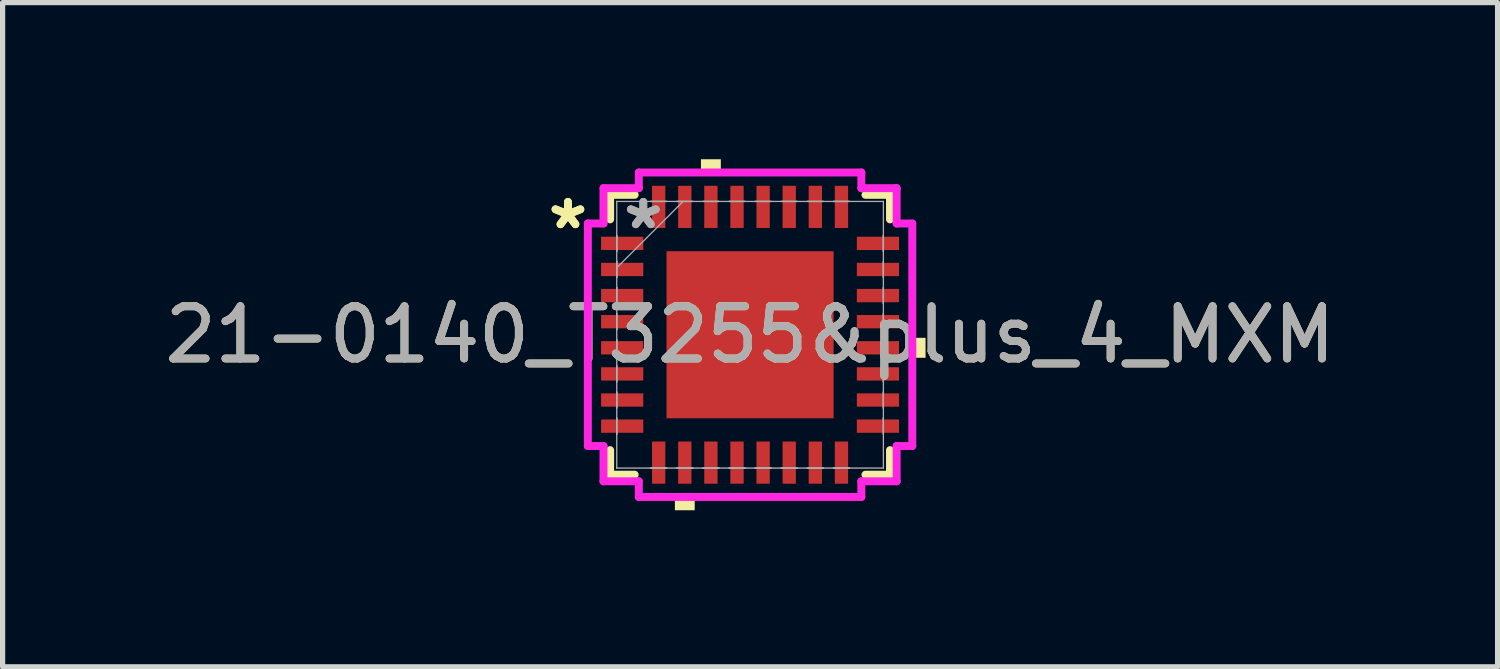
<source format=kicad_pcb>
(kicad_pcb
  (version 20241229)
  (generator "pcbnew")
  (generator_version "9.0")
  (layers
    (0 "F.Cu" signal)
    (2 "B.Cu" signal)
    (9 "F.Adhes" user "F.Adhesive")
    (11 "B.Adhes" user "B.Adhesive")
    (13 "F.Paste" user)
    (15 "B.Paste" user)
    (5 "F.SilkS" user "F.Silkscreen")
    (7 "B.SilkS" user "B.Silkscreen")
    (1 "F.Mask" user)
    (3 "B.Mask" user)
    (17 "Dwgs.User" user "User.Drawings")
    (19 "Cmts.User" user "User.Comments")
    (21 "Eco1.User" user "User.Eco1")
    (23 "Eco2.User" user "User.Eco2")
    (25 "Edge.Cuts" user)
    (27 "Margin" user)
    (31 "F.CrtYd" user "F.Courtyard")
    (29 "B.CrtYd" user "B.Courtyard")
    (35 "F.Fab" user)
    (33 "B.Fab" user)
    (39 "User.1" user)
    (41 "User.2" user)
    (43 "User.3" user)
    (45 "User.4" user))
  (footprint "21-0140_T3255&plus_4_MXM"
    (layer "F.Cu")
    (at 11.315 3.361)
    (property "Reference" "21-0140_T3255&plus_4_MXM" (at 0 0 0) (unlocked yes) (layer "F.SilkS") (effects (font (size 1 1) (thickness 0.15))))
    (attr smd)
    (fp_line (start -2.68 -2.68) (end -2.68 -2.21) (stroke (width 0.152) (type solid)) (layer "F.SilkS"))
    (fp_line (start -2.68 2.21) (end -2.68 2.68) (stroke (width 0.152) (type solid)) (layer "F.SilkS"))
    (fp_line (start -2.68 2.68) (end -2.21 2.68) (stroke (width 0.152) (type solid)) (layer "F.SilkS"))
    (fp_line (start -2.21 -2.68) (end -2.68 -2.68) (stroke (width 0.152) (type solid)) (layer "F.SilkS"))
    (fp_line (start 2.21 2.68) (end 2.68 2.68) (stroke (width 0.152) (type solid)) (layer "F.SilkS"))
    (fp_line (start 2.68 -2.68) (end 2.21 -2.68) (stroke (width 0.152) (type solid)) (layer "F.SilkS"))
    (fp_line (start 2.68 -2.21) (end 2.68 -2.68) (stroke (width 0.152) (type solid)) (layer "F.SilkS"))
    (fp_line (start 2.68 2.68) (end 2.68 2.21) (stroke (width 0.152) (type solid)) (layer "F.SilkS"))
    (fp_poly (pts (xy -1.44 3.107) (xy -1.44 3.361) (xy -1.06 3.361) (xy -1.06 3.107)) (stroke (width 0) (type solid)) (fill yes) (layer "F.SilkS"))
    (fp_poly (pts (xy -0.941 -3.107) (xy -0.941 -3.361) (xy -0.56 -3.361) (xy -0.56 -3.107)) (stroke (width 0) (type solid)) (fill yes) (layer "F.SilkS"))
    (fp_poly (pts (xy 3.361 0.059) (xy 3.361 0.441) (xy 3.107 0.441) (xy 3.107 0.059)) (stroke (width 0) (type solid)) (fill yes) (layer "F.SilkS"))
    (fp_poly (pts (xy -1.5 -1.5) (xy -1.5 -0.1) (xy -0.1 -0.1) (xy -0.1 -1.5)) (stroke (width 0) (type solid)) (fill yes) (layer "F.Paste"))
    (fp_poly (pts (xy -1.5 0.1) (xy -1.5 1.5) (xy -0.1 1.5) (xy -0.1 0.1)) (stroke (width 0) (type solid)) (fill yes) (layer "F.Paste"))
    (fp_poly (pts (xy 0.1 -1.5) (xy 0.1 -0.1) (xy 1.5 -0.1) (xy 1.5 -1.5)) (stroke (width 0) (type solid)) (fill yes) (layer "F.Paste"))
    (fp_poly (pts (xy 0.1 0.1) (xy 0.1 1.5) (xy 1.5 1.5) (xy 1.5 0.1)) (stroke (width 0) (type solid)) (fill yes) (layer "F.Paste"))
    (fp_line (start -3.107 -2.131) (end -2.807 -2.131) (stroke (width 0.152) (type solid)) (layer "F.CrtYd"))
    (fp_line (start -3.107 2.131) (end -3.107 -2.131) (stroke (width 0.152) (type solid)) (layer "F.CrtYd"))
    (fp_line (start -2.807 -2.807) (end -2.131 -2.807) (stroke (width 0.152) (type solid)) (layer "F.CrtYd"))
    (fp_line (start -2.807 -2.131) (end -2.807 -2.807) (stroke (width 0.152) (type solid)) (layer "F.CrtYd"))
    (fp_line (start -2.807 2.131) (end -3.107 2.131) (stroke (width 0.152) (type solid)) (layer "F.CrtYd"))
    (fp_line (start -2.807 2.807) (end -2.807 2.131) (stroke (width 0.152) (type solid)) (layer "F.CrtYd"))
    (fp_line (start -2.131 -3.107) (end 2.131 -3.107) (stroke (width 0.152) (type solid)) (layer "F.CrtYd"))
    (fp_line (start -2.131 -2.807) (end -2.131 -3.107) (stroke (width 0.152) (type solid)) (layer "F.CrtYd"))
    (fp_line (start -2.131 2.807) (end -2.807 2.807) (stroke (width 0.152) (type solid)) (layer "F.CrtYd"))
    (fp_line (start -2.131 3.107) (end -2.131 2.807) (stroke (width 0.152) (type solid)) (layer "F.CrtYd"))
    (fp_line (start 2.131 -3.107) (end 2.131 -2.807) (stroke (width 0.152) (type solid)) (layer "F.CrtYd"))
    (fp_line (start 2.131 -2.807) (end 2.807 -2.807) (stroke (width 0.152) (type solid)) (layer "F.CrtYd"))
    (fp_line (start 2.131 2.807) (end 2.131 3.107) (stroke (width 0.152) (type solid)) (layer "F.CrtYd"))
    (fp_line (start 2.131 3.107) (end -2.131 3.107) (stroke (width 0.152) (type solid)) (layer "F.CrtYd"))
    (fp_line (start 2.807 -2.807) (end 2.807 -2.131) (stroke (width 0.152) (type solid)) (layer "F.CrtYd"))
    (fp_line (start 2.807 -2.131) (end 3.107 -2.131) (stroke (width 0.152) (type solid)) (layer "F.CrtYd"))
    (fp_line (start 2.807 2.131) (end 2.807 2.807) (stroke (width 0.152) (type solid)) (layer "F.CrtYd"))
    (fp_line (start 2.807 2.807) (end 2.131 2.807) (stroke (width 0.152) (type solid)) (layer "F.CrtYd"))
    (fp_line (start 3.107 -2.131) (end 3.107 2.131) (stroke (width 0.152) (type solid)) (layer "F.CrtYd"))
    (fp_line (start 3.107 2.131) (end 2.807 2.131) (stroke (width 0.152) (type solid)) (layer "F.CrtYd"))
    (fp_line (start -2.553 -2.553) (end -2.553 -2.553) (stroke (width 0.025) (type solid)) (layer "F.Fab"))
    (fp_line (start -2.553 -2.553) (end -2.553 2.553) (stroke (width 0.025) (type solid)) (layer "F.Fab"))
    (fp_line (start -2.553 -1.902) (end -2.553 -1.902) (stroke (width 0.025) (type solid)) (layer "F.Fab"))
    (fp_line (start -2.553 -1.902) (end -2.553 -1.598) (stroke (width 0.025) (type solid)) (layer "F.Fab"))
    (fp_line (start -2.553 -1.598) (end -2.553 -1.902) (stroke (width 0.025) (type solid)) (layer "F.Fab"))
    (fp_line (start -2.553 -1.598) (end -2.553 -1.598) (stroke (width 0.025) (type solid)) (layer "F.Fab"))
    (fp_line (start -2.553 -1.402) (end -2.553 -1.402) (stroke (width 0.025) (type solid)) (layer "F.Fab"))
    (fp_line (start -2.553 -1.402) (end -2.553 -1.098) (stroke (width 0.025) (type solid)) (layer "F.Fab"))
    (fp_line (start -2.553 -1.283) (end -1.283 -2.553) (stroke (width 0.025) (type solid)) (layer "F.Fab"))
    (fp_line (start -2.553 -1.098) (end -2.553 -1.402) (stroke (width 0.025) (type solid)) (layer "F.Fab"))
    (fp_line (start -2.553 -1.098) (end -2.553 -1.098) (stroke (width 0.025) (type solid)) (layer "F.Fab"))
    (fp_line (start -2.553 -0.902) (end -2.553 -0.902) (stroke (width 0.025) (type solid)) (layer "F.Fab"))
    (fp_line (start -2.553 -0.902) (end -2.553 -0.598) (stroke (width 0.025) (type solid)) (layer "F.Fab"))
    (fp_line (start -2.553 -0.598) (end -2.553 -0.902) (stroke (width 0.025) (type solid)) (layer "F.Fab"))
    (fp_line (start -2.553 -0.598) (end -2.553 -0.598) (stroke (width 0.025) (type solid)) (layer "F.Fab"))
    (fp_line (start -2.553 -0.402) (end -2.553 -0.402) (stroke (width 0.025) (type solid)) (layer "F.Fab"))
    (fp_line (start -2.553 -0.402) (end -2.553 -0.098) (stroke (width 0.025) (type solid)) (layer "F.Fab"))
    (fp_line (start -2.553 -0.098) (end -2.553 -0.402) (stroke (width 0.025) (type solid)) (layer "F.Fab"))
    (fp_line (start -2.553 -0.098) (end -2.553 -0.098) (stroke (width 0.025) (type solid)) (layer "F.Fab"))
    (fp_line (start -2.553 0.098) (end -2.553 0.098) (stroke (width 0.025) (type solid)) (layer "F.Fab"))
    (fp_line (start -2.553 0.098) (end -2.553 0.402) (stroke (width 0.025) (type solid)) (layer "F.Fab"))
    (fp_line (start -2.553 0.402) (end -2.553 0.098) (stroke (width 0.025) (type solid)) (layer "F.Fab"))
    (fp_line (start -2.553 0.402) (end -2.553 0.402) (stroke (width 0.025) (type solid)) (layer "F.Fab"))
    (fp_line (start -2.553 0.598) (end -2.553 0.598) (stroke (width 0.025) (type solid)) (layer "F.Fab"))
    (fp_line (start -2.553 0.598) (end -2.553 0.902) (stroke (width 0.025) (type solid)) (layer "F.Fab"))
    (fp_line (start -2.553 0.902) (end -2.553 0.598) (stroke (width 0.025) (type solid)) (layer "F.Fab"))
    (fp_line (start -2.553 0.902) (end -2.553 0.902) (stroke (width 0.025) (type solid)) (layer "F.Fab"))
    (fp_line (start -2.553 1.098) (end -2.553 1.098) (stroke (width 0.025) (type solid)) (layer "F.Fab"))
    (fp_line (start -2.553 1.098) (end -2.553 1.402) (stroke (width 0.025) (type solid)) (layer "F.Fab"))
    (fp_line (start -2.553 1.402) (end -2.553 1.098) (stroke (width 0.025) (type solid)) (layer "F.Fab"))
    (fp_line (start -2.553 1.402) (end -2.553 1.402) (stroke (width 0.025) (type solid)) (layer "F.Fab"))
    (fp_line (start -2.553 1.598) (end -2.553 1.598) (stroke (width 0.025) (type solid)) (layer "F.Fab"))
    (fp_line (start -2.553 1.598) (end -2.553 1.902) (stroke (width 0.025) (type solid)) (layer "F.Fab"))
    (fp_line (start -2.553 1.902) (end -2.553 1.598) (stroke (width 0.025) (type solid)) (layer "F.Fab"))
    (fp_line (start -2.553 1.902) (end -2.553 1.902) (stroke (width 0.025) (type solid)) (layer "F.Fab"))
    (fp_line (start -2.553 2.553) (end -2.553 2.553) (stroke (width 0.025) (type solid)) (layer "F.Fab"))
    (fp_line (start -2.553 2.553) (end 2.553 2.553) (stroke (width 0.025) (type solid)) (layer "F.Fab"))
    (fp_line (start -1.902 -2.553) (end -1.902 -2.553) (stroke (width 0.025) (type solid)) (layer "F.Fab"))
    (fp_line (start -1.902 -2.553) (end -1.598 -2.553) (stroke (width 0.025) (type solid)) (layer "F.Fab"))
    (fp_line (start -1.902 2.553) (end -1.902 2.553) (stroke (width 0.025) (type solid)) (layer "F.Fab"))
    (fp_line (start -1.902 2.553) (end -1.598 2.553) (stroke (width 0.025) (type solid)) (layer "F.Fab"))
    (fp_line (start -1.598 -2.553) (end -1.902 -2.553) (stroke (width 0.025) (type solid)) (layer "F.Fab"))
    (fp_line (start -1.598 -2.553) (end -1.598 -2.553) (stroke (width 0.025) (type solid)) (layer "F.Fab"))
    (fp_line (start -1.598 2.553) (end -1.902 2.553) (stroke (width 0.025) (type solid)) (layer "F.Fab"))
    (fp_line (start -1.598 2.553) (end -1.598 2.553) (stroke (width 0.025) (type solid)) (layer "F.Fab"))
    (fp_line (start -1.402 -2.553) (end -1.402 -2.553) (stroke (width 0.025) (type solid)) (layer "F.Fab"))
    (fp_line (start -1.402 -2.553) (end -1.098 -2.553) (stroke (width 0.025) (type solid)) (layer "F.Fab"))
    (fp_line (start -1.402 2.553) (end -1.402 2.553) (stroke (width 0.025) (type solid)) (layer "F.Fab"))
    (fp_line (start -1.402 2.553) (end -1.098 2.553) (stroke (width 0.025) (type solid)) (layer "F.Fab"))
    (fp_line (start -1.098 -2.553) (end -1.402 -2.553) (stroke (width 0.025) (type solid)) (layer "F.Fab"))
    (fp_line (start -1.098 -2.553) (end -1.098 -2.553) (stroke (width 0.025) (type solid)) (layer "F.Fab"))
    (fp_line (start -1.098 2.553) (end -1.402 2.553) (stroke (width 0.025) (type solid)) (layer "F.Fab"))
    (fp_line (start -1.098 2.553) (end -1.098 2.553) (stroke (width 0.025) (type solid)) (layer "F.Fab"))
    (fp_line (start -0.902 -2.553) (end -0.902 -2.553) (stroke (width 0.025) (type solid)) (layer "F.Fab"))
    (fp_line (start -0.902 -2.553) (end -0.598 -2.553) (stroke (width 0.025) (type solid)) (layer "F.Fab"))
    (fp_line (start -0.902 2.553) (end -0.902 2.553) (stroke (width 0.025) (type solid)) (layer "F.Fab"))
    (fp_line (start -0.902 2.553) (end -0.598 2.553) (stroke (width 0.025) (type solid)) (layer "F.Fab"))
    (fp_line (start -0.598 -2.553) (end -0.902 -2.553) (stroke (width 0.025) (type solid)) (layer "F.Fab"))
    (fp_line (start -0.598 -2.553) (end -0.598 -2.553) (stroke (width 0.025) (type solid)) (layer "F.Fab"))
    (fp_line (start -0.598 2.553) (end -0.902 2.553) (stroke (width 0.025) (type solid)) (layer "F.Fab"))
    (fp_line (start -0.598 2.553) (end -0.598 2.553) (stroke (width 0.025) (type solid)) (layer "F.Fab"))
    (fp_line (start -0.402 -2.553) (end -0.402 -2.553) (stroke (width 0.025) (type solid)) (layer "F.Fab"))
    (fp_line (start -0.402 -2.553) (end -0.098 -2.553) (stroke (width 0.025) (type solid)) (layer "F.Fab"))
    (fp_line (start -0.402 2.553) (end -0.402 2.553) (stroke (width 0.025) (type solid)) (layer "F.Fab"))
    (fp_line (start -0.402 2.553) (end -0.098 2.553) (stroke (width 0.025) (type solid)) (layer "F.Fab"))
    (fp_line (start -0.098 -2.553) (end -0.402 -2.553) (stroke (width 0.025) (type solid)) (layer "F.Fab"))
    (fp_line (start -0.098 -2.553) (end -0.098 -2.553) (stroke (width 0.025) (type solid)) (layer "F.Fab"))
    (fp_line (start -0.098 2.553) (end -0.402 2.553) (stroke (width 0.025) (type solid)) (layer "F.Fab"))
    (fp_line (start -0.098 2.553) (end -0.098 2.553) (stroke (width 0.025) (type solid)) (layer "F.Fab"))
    (fp_line (start 0.098 -2.553) (end 0.098 -2.553) (stroke (width 0.025) (type solid)) (layer "F.Fab"))
    (fp_line (start 0.098 -2.553) (end 0.402 -2.553) (stroke (width 0.025) (type solid)) (layer "F.Fab"))
    (fp_line (start 0.098 2.553) (end 0.098 2.553) (stroke (width 0.025) (type solid)) (layer "F.Fab"))
    (fp_line (start 0.098 2.553) (end 0.402 2.553) (stroke (width 0.025) (type solid)) (layer "F.Fab"))
    (fp_line (start 0.402 -2.553) (end 0.098 -2.553) (stroke (width 0.025) (type solid)) (layer "F.Fab"))
    (fp_line (start 0.402 -2.553) (end 0.402 -2.553) (stroke (width 0.025) (type solid)) (layer "F.Fab"))
    (fp_line (start 0.402 2.553) (end 0.098 2.553) (stroke (width 0.025) (type solid)) (layer "F.Fab"))
    (fp_line (start 0.402 2.553) (end 0.402 2.553) (stroke (width 0.025) (type solid)) (layer "F.Fab"))
    (fp_line (start 0.598 -2.553) (end 0.598 -2.553) (stroke (width 0.025) (type solid)) (layer "F.Fab"))
    (fp_line (start 0.598 -2.553) (end 0.902 -2.553) (stroke (width 0.025) (type solid)) (layer "F.Fab"))
    (fp_line (start 0.598 2.553) (end 0.598 2.553) (stroke (width 0.025) (type solid)) (layer "F.Fab"))
    (fp_line (start 0.598 2.553) (end 0.902 2.553) (stroke (width 0.025) (type solid)) (layer "F.Fab"))
    (fp_line (start 0.902 -2.553) (end 0.598 -2.553) (stroke (width 0.025) (type solid)) (layer "F.Fab"))
    (fp_line (start 0.902 -2.553) (end 0.902 -2.553) (stroke (width 0.025) (type solid)) (layer "F.Fab"))
    (fp_line (start 0.902 2.553) (end 0.598 2.553) (stroke (width 0.025) (type solid)) (layer "F.Fab"))
    (fp_line (start 0.902 2.553) (end 0.902 2.553) (stroke (width 0.025) (type solid)) (layer "F.Fab"))
    (fp_line (start 1.098 -2.553) (end 1.098 -2.553) (stroke (width 0.025) (type solid)) (layer "F.Fab"))
    (fp_line (start 1.098 -2.553) (end 1.402 -2.553) (stroke (width 0.025) (type solid)) (layer "F.Fab"))
    (fp_line (start 1.098 2.553) (end 1.098 2.553) (stroke (width 0.025) (type solid)) (layer "F.Fab"))
    (fp_line (start 1.098 2.553) (end 1.402 2.553) (stroke (width 0.025) (type solid)) (layer "F.Fab"))
    (fp_line (start 1.402 -2.553) (end 1.098 -2.553) (stroke (width 0.025) (type solid)) (layer "F.Fab"))
    (fp_line (start 1.402 -2.553) (end 1.402 -2.553) (stroke (width 0.025) (type solid)) (layer "F.Fab"))
    (fp_line (start 1.402 2.553) (end 1.098 2.553) (stroke (width 0.025) (type solid)) (layer "F.Fab"))
    (fp_line (start 1.402 2.553) (end 1.402 2.553) (stroke (width 0.025) (type solid)) (layer "F.Fab"))
    (fp_line (start 1.598 -2.553) (end 1.598 -2.553) (stroke (width 0.025) (type solid)) (layer "F.Fab"))
    (fp_line (start 1.598 -2.553) (end 1.902 -2.553) (stroke (width 0.025) (type solid)) (layer "F.Fab"))
    (fp_line (start 1.598 2.553) (end 1.598 2.553) (stroke (width 0.025) (type solid)) (layer "F.Fab"))
    (fp_line (start 1.598 2.553) (end 1.902 2.553) (stroke (width 0.025) (type solid)) (layer "F.Fab"))
    (fp_line (start 1.902 -2.553) (end 1.598 -2.553) (stroke (width 0.025) (type solid)) (layer "F.Fab"))
    (fp_line (start 1.902 -2.553) (end 1.902 -2.553) (stroke (width 0.025) (type solid)) (layer "F.Fab"))
    (fp_line (start 1.902 2.553) (end 1.598 2.553) (stroke (width 0.025) (type solid)) (layer "F.Fab"))
    (fp_line (start 1.902 2.553) (end 1.902 2.553) (stroke (width 0.025) (type solid)) (layer "F.Fab"))
    (fp_line (start 2.553 -2.553) (end -2.553 -2.553) (stroke (width 0.025) (type solid)) (layer "F.Fab"))
    (fp_line (start 2.553 -2.553) (end 2.553 -2.553) (stroke (width 0.025) (type solid)) (layer "F.Fab"))
    (fp_line (start 2.553 -1.902) (end 2.553 -1.902) (stroke (width 0.025) (type solid)) (layer "F.Fab"))
    (fp_line (start 2.553 -1.902) (end 2.553 -1.598) (stroke (width 0.025) (type solid)) (layer "F.Fab"))
    (fp_line (start 2.553 -1.598) (end 2.553 -1.902) (stroke (width 0.025) (type solid)) (layer "F.Fab"))
    (fp_line (start 2.553 -1.598) (end 2.553 -1.598) (stroke (width 0.025) (type solid)) (layer "F.Fab"))
    (fp_line (start 2.553 -1.402) (end 2.553 -1.402) (stroke (width 0.025) (type solid)) (layer "F.Fab"))
    (fp_line (start 2.553 -1.402) (end 2.553 -1.098) (stroke (width 0.025) (type solid)) (layer "F.Fab"))
    (fp_line (start 2.553 -1.098) (end 2.553 -1.402) (stroke (width 0.025) (type solid)) (layer "F.Fab"))
    (fp_line (start 2.553 -1.098) (end 2.553 -1.098) (stroke (width 0.025) (type solid)) (layer "F.Fab"))
    (fp_line (start 2.553 -0.902) (end 2.553 -0.902) (stroke (width 0.025) (type solid)) (layer "F.Fab"))
    (fp_line (start 2.553 -0.902) (end 2.553 -0.598) (stroke (width 0.025) (type solid)) (layer "F.Fab"))
    (fp_line (start 2.553 -0.598) (end 2.553 -0.902) (stroke (width 0.025) (type solid)) (layer "F.Fab"))
    (fp_line (start 2.553 -0.598) (end 2.553 -0.598) (stroke (width 0.025) (type solid)) (layer "F.Fab"))
    (fp_line (start 2.553 -0.402) (end 2.553 -0.402) (stroke (width 0.025) (type solid)) (layer "F.Fab"))
    (fp_line (start 2.553 -0.402) (end 2.553 -0.098) (stroke (width 0.025) (type solid)) (layer "F.Fab"))
    (fp_line (start 2.553 -0.098) (end 2.553 -0.402) (stroke (width 0.025) (type solid)) (layer "F.Fab"))
    (fp_line (start 2.553 -0.098) (end 2.553 -0.098) (stroke (width 0.025) (type solid)) (layer "F.Fab"))
    (fp_line (start 2.553 0.098) (end 2.553 0.098) (stroke (width 0.025) (type solid)) (layer "F.Fab"))
    (fp_line (start 2.553 0.098) (end 2.553 0.402) (stroke (width 0.025) (type solid)) (layer "F.Fab"))
    (fp_line (start 2.553 0.402) (end 2.553 0.098) (stroke (width 0.025) (type solid)) (layer "F.Fab"))
    (fp_line (start 2.553 0.402) (end 2.553 0.402) (stroke (width 0.025) (type solid)) (layer "F.Fab"))
    (fp_line (start 2.553 0.598) (end 2.553 0.598) (stroke (width 0.025) (type solid)) (layer "F.Fab"))
    (fp_line (start 2.553 0.598) (end 2.553 0.902) (stroke (width 0.025) (type solid)) (layer "F.Fab"))
    (fp_line (start 2.553 0.902) (end 2.553 0.598) (stroke (width 0.025) (type solid)) (layer "F.Fab"))
    (fp_line (start 2.553 0.902) (end 2.553 0.902) (stroke (width 0.025) (type solid)) (layer "F.Fab"))
    (fp_line (start 2.553 1.098) (end 2.553 1.098) (stroke (width 0.025) (type solid)) (layer "F.Fab"))
    (fp_line (start 2.553 1.098) (end 2.553 1.402) (stroke (width 0.025) (type solid)) (layer "F.Fab"))
    (fp_line (start 2.553 1.402) (end 2.553 1.098) (stroke (width 0.025) (type solid)) (layer "F.Fab"))
    (fp_line (start 2.553 1.402) (end 2.553 1.402) (stroke (width 0.025) (type solid)) (layer "F.Fab"))
    (fp_line (start 2.553 1.598) (end 2.553 1.598) (stroke (width 0.025) (type solid)) (layer "F.Fab"))
    (fp_line (start 2.553 1.598) (end 2.553 1.902) (stroke (width 0.025) (type solid)) (layer "F.Fab"))
    (fp_line (start 2.553 1.902) (end 2.553 1.598) (stroke (width 0.025) (type solid)) (layer "F.Fab"))
    (fp_line (start 2.553 1.902) (end 2.553 1.902) (stroke (width 0.025) (type solid)) (layer "F.Fab"))
    (fp_line (start 2.553 2.553) (end 2.553 -2.553) (stroke (width 0.025) (type solid)) (layer "F.Fab"))
    (fp_line (start 2.553 2.553) (end 2.553 2.553) (stroke (width 0.025) (type solid)) (layer "F.Fab"))
    (fp_text user "*" (at -3.488 -2 0) (layer "F.SilkS") (effects (font (size 1 1) (thickness 0.15))))
    (fp_text user "*" (at -3.488 -2 0) (unlocked yes) (layer "F.SilkS") (effects (font (size 1 1) (thickness 0.15))))
    (fp_text user "*" (at -2.045 -2 0) (unlocked yes) (layer "F.Fab") (effects (font (size 1 1) (thickness 0.15))))
    (fp_text user "${REFERENCE}" (at 0 0 0) (unlocked yes) (layer "F.Fab") (effects (font (size 1 1) (thickness 0.15))))
    (fp_text user "*" (at -2.045 -2 0) (layer "F.Fab") (effects (font (size 1 1) (thickness 0.15))))
    (pad "1" smd rect (at -2.449 -1.75 90) (size 0.255 0.808) (layers "F.Cu" "F.Mask" "F.Paste"))
    (pad "2" smd rect (at -2.449 -1.25 90) (size 0.255 0.808) (layers "F.Cu" "F.Mask" "F.Paste"))
    (pad "3" smd rect (at -2.449 -0.75 90) (size 0.255 0.808) (layers "F.Cu" "F.Mask" "F.Paste"))
    (pad "4" smd rect (at -2.449 -0.25 90) (size 0.255 0.808) (layers "F.Cu" "F.Mask" "F.Paste"))
    (pad "5" smd rect (at -2.449 0.25 90) (size 0.255 0.808) (layers "F.Cu" "F.Mask" "F.Paste"))
    (pad "6" smd rect (at -2.449 0.75 90) (size 0.255 0.808) (layers "F.Cu" "F.Mask" "F.Paste"))
    (pad "7" smd rect (at -2.449 1.25 90) (size 0.255 0.808) (layers "F.Cu" "F.Mask" "F.Paste"))
    (pad "8" smd rect (at -2.449 1.75 90) (size 0.255 0.808) (layers "F.Cu" "F.Mask" "F.Paste"))
    (pad "9" smd rect (at -1.75 2.449) (size 0.255 0.808) (layers "F.Cu" "F.Mask" "F.Paste"))
    (pad "10" smd rect (at -1.25 2.449) (size 0.255 0.808) (layers "F.Cu" "F.Mask" "F.Paste"))
    (pad "11" smd rect (at -0.75 2.449) (size 0.255 0.808) (layers "F.Cu" "F.Mask" "F.Paste"))
    (pad "12" smd rect (at -0.25 2.449) (size 0.255 0.808) (layers "F.Cu" "F.Mask" "F.Paste"))
    (pad "13" smd rect (at 0.25 2.449) (size 0.255 0.808) (layers "F.Cu" "F.Mask" "F.Paste"))
    (pad "14" smd rect (at 0.75 2.449) (size 0.255 0.808) (layers "F.Cu" "F.Mask" "F.Paste"))
    (pad "15" smd rect (at 1.25 2.449) (size 0.255 0.808) (layers "F.Cu" "F.Mask" "F.Paste"))
    (pad "16" smd rect (at 1.75 2.449) (size 0.255 0.808) (layers "F.Cu" "F.Mask" "F.Paste"))
    (pad "17" smd rect (at 2.449 1.75 90) (size 0.255 0.808) (layers "F.Cu" "F.Mask" "F.Paste"))
    (pad "18" smd rect (at 2.449 1.25 90) (size 0.255 0.808) (layers "F.Cu" "F.Mask" "F.Paste"))
    (pad "19" smd rect (at 2.449 0.75 90) (size 0.255 0.808) (layers "F.Cu" "F.Mask" "F.Paste"))
    (pad "20" smd rect (at 2.449 0.25 90) (size 0.255 0.808) (layers "F.Cu" "F.Mask" "F.Paste"))
    (pad "21" smd rect (at 2.449 -0.25 90) (size 0.255 0.808) (layers "F.Cu" "F.Mask" "F.Paste"))
    (pad "22" smd rect (at 2.449 -0.75 90) (size 0.255 0.808) (layers "F.Cu" "F.Mask" "F.Paste"))
    (pad "23" smd rect (at 2.449 -1.25 90) (size 0.255 0.808) (layers "F.Cu" "F.Mask" "F.Paste"))
    (pad "24" smd rect (at 2.449 -1.75 90) (size 0.255 0.808) (layers "F.Cu" "F.Mask" "F.Paste"))
    (pad "25" smd rect (at 1.75 -2.449) (size 0.255 0.808) (layers "F.Cu" "F.Mask" "F.Paste"))
    (pad "26" smd rect (at 1.25 -2.449) (size 0.255 0.808) (layers "F.Cu" "F.Mask" "F.Paste"))
    (pad "27" smd rect (at 0.75 -2.449) (size 0.255 0.808) (layers "F.Cu" "F.Mask" "F.Paste"))
    (pad "28" smd rect (at 0.25 -2.449) (size 0.255 0.808) (layers "F.Cu" "F.Mask" "F.Paste"))
    (pad "29" smd rect (at -0.25 -2.449) (size 0.255 0.808) (layers "F.Cu" "F.Mask" "F.Paste"))
    (pad "30" smd rect (at -0.75 -2.449) (size 0.255 0.808) (layers "F.Cu" "F.Mask" "F.Paste"))
    (pad "31" smd rect (at -1.25 -2.449) (size 0.255 0.808) (layers "F.Cu" "F.Mask" "F.Paste"))
    (pad "32" smd rect (at -1.75 -2.449) (size 0.255 0.808) (layers "F.Cu" "F.Mask" "F.Paste"))
    (pad "33" smd rect (at 0 0) (size 3.2 3.2) (layers "F.Cu" "F.Mask" "F.Paste")))
  (gr_rect
    (start -3 -3)
    (end 25.631 9.721)
    (stroke (width 0.1) (type default))
    (fill no)
    (layer "Edge.Cuts")))
</source>
